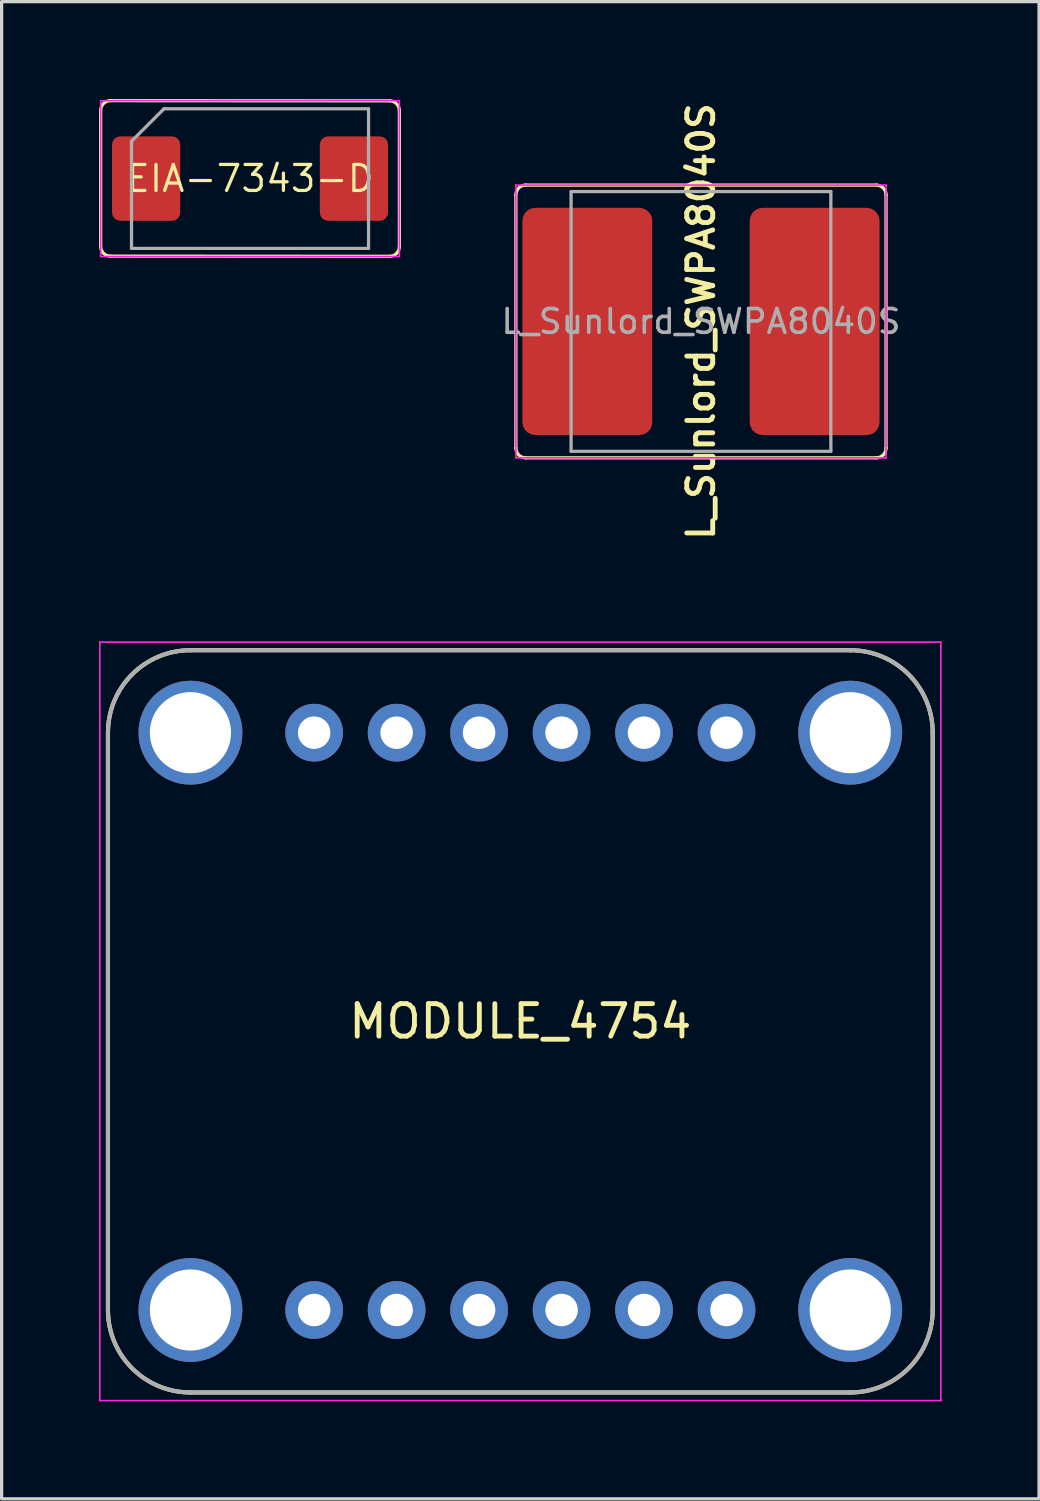
<source format=kicad_pcb>
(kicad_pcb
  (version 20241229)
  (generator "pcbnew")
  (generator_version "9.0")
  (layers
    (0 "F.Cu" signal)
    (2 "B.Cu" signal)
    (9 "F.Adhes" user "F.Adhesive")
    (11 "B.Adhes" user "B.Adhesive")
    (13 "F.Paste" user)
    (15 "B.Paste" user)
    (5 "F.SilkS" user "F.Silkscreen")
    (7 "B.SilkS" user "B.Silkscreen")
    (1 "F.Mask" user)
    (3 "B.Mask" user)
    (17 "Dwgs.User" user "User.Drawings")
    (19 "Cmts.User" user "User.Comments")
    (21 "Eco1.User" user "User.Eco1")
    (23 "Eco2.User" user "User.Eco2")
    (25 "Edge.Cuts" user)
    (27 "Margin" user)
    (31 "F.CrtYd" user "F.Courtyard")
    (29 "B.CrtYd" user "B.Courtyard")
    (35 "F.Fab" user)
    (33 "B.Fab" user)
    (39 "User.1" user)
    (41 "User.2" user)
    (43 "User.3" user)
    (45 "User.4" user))
  (footprint "EIA-7343-D"
    (layer "F.Cu")
    (at 4.65 2.45)
    (property "Reference" "EIA-7343-D" (at 0 0 0) (layer "F.SilkS") (effects (font (size 0.8 0.8) (thickness 0.1))))
    (attr smd)
    (fp_line (start -4.6 -2.1) (end -4.6 2.088) (stroke (width 0.1) (type default)) (layer "F.SilkS"))
    (fp_line (start -4.3 -2.4) (end 4.3 -2.394) (stroke (width 0.1) (type default)) (layer "F.SilkS"))
    (fp_line (start -4.3 2.388) (end 4.3 2.394) (stroke (width 0.1) (type default)) (layer "F.SilkS"))
    (fp_line (start 4.6 2.094) (end 4.6 -2.094) (stroke (width 0.1) (type default)) (layer "F.SilkS"))
    (fp_arc (start -4.6 -2.1) (mid -4.512132 -2.312132) (end -4.3 -2.4) (stroke (width 0.1) (type default)) (layer "F.SilkS"))
    (fp_arc (start -4.3 2.387868) (mid -4.512132 2.3) (end -4.6 2.087868) (stroke (width 0.1) (type default)) (layer "F.SilkS"))
    (fp_arc (start 4.3 -2.393934) (mid 4.512133 -2.306066) (end 4.6 -2.093934) (stroke (width 0.1) (type default)) (layer "F.SilkS"))
    (fp_arc (start 4.6 2.093934) (mid 4.512132 2.306066) (end 4.3 2.393934) (stroke (width 0.1) (type default)) (layer "F.SilkS"))
    (fp_line (start -4.6 -2.4) (end 4.6 -2.4) (stroke (width 0.05) (type solid)) (layer "F.CrtYd"))
    (fp_line (start -4.6 2.4) (end -4.6 -2.4) (stroke (width 0.05) (type solid)) (layer "F.CrtYd"))
    (fp_line (start 4.6 -2.4) (end 4.6 2.4) (stroke (width 0.05) (type solid)) (layer "F.CrtYd"))
    (fp_line (start 4.6 2.4) (end -4.6 2.4) (stroke (width 0.05) (type solid)) (layer "F.CrtYd"))
    (fp_line (start -3.65 -1.15) (end -3.65 2.15) (stroke (width 0.1) (type solid)) (layer "F.Fab"))
    (fp_line (start -3.65 2.15) (end 3.65 2.15) (stroke (width 0.1) (type solid)) (layer "F.Fab"))
    (fp_line (start -2.65 -2.15) (end -3.65 -1.15) (stroke (width 0.1) (type solid)) (layer "F.Fab"))
    (fp_line (start 3.65 -2.15) (end -2.65 -2.15) (stroke (width 0.1) (type solid)) (layer "F.Fab"))
    (fp_line (start 3.65 2.15) (end 3.65 -2.15) (stroke (width 0.1) (type solid)) (layer "F.Fab"))
    (pad "1" smd roundrect (at -3.2 0) (size 2.1 2.6) (layers "F.Cu" "F.Mask" "F.Paste") (roundrect_rratio 0.12))
    (pad "2" smd roundrect (at 3.2 0) (size 2.1 2.6) (layers "F.Cu" "F.Mask" "F.Paste") (roundrect_rratio 0.12)))
  (footprint "MODULE_4754"
    (layer "F.Cu")
    (at 12.975 28.405)
    (property "Reference" "MODULE_4754" (at 0 0 0) (layer "F.SilkS") (effects (font (size 1 1) (thickness 0.15))))
    (attr through_hole)
    (fp_line (start -12.7 -8.89) (end -12.7 8.89) (stroke (width 0.127) (type solid)) (layer "F.SilkS"))
    (fp_line (start -10.16 11.43) (end 10.16 11.43) (stroke (width 0.127) (type solid)) (layer "F.SilkS"))
    (fp_line (start 10.16 -11.43) (end -10.16 -11.43) (stroke (width 0.127) (type solid)) (layer "F.SilkS"))
    (fp_line (start 12.7 8.89) (end 12.7 -8.89) (stroke (width 0.127) (type solid)) (layer "F.SilkS"))
    (fp_arc (start -12.7 -8.89) (mid -11.956051 -10.686051) (end -10.16 -11.43) (stroke (width 0.127) (type solid)) (layer "F.SilkS"))
    (fp_arc (start -10.16 11.43) (mid -11.956051 10.686051) (end -12.7 8.89) (stroke (width 0.127) (type solid)) (layer "F.SilkS"))
    (fp_arc (start 10.16 -11.43) (mid 11.956051 -10.686051) (end 12.7 -8.89) (stroke (width 0.127) (type solid)) (layer "F.SilkS"))
    (fp_arc (start 12.7 8.89) (mid 11.956051 10.686051) (end 10.16 11.43) (stroke (width 0.127) (type solid)) (layer "F.SilkS"))
    (fp_line (start -12.95 -11.68) (end -12.95 11.68) (stroke (width 0.05) (type solid)) (layer "F.CrtYd"))
    (fp_line (start -12.95 11.68) (end 12.95 11.68) (stroke (width 0.05) (type solid)) (layer "F.CrtYd"))
    (fp_line (start 12.95 -11.68) (end -12.95 -11.68) (stroke (width 0.05) (type solid)) (layer "F.CrtYd"))
    (fp_line (start 12.95 11.68) (end 12.95 -11.68) (stroke (width 0.05) (type solid)) (layer "F.CrtYd"))
    (fp_line (start -12.7 -8.89) (end -12.7 8.89) (stroke (width 0.127) (type solid)) (layer "F.Fab"))
    (fp_line (start -10.16 11.43) (end 10.16 11.43) (stroke (width 0.127) (type solid)) (layer "F.Fab"))
    (fp_line (start 10.16 -11.43) (end -10.16 -11.43) (stroke (width 0.127) (type solid)) (layer "F.Fab"))
    (fp_line (start 12.7 8.89) (end 12.7 -8.89) (stroke (width 0.127) (type solid)) (layer "F.Fab"))
    (fp_arc (start -12.7 -8.89) (mid -11.956051 -10.686051) (end -10.16 -11.43) (stroke (width 0.127) (type solid)) (layer "F.Fab"))
    (fp_arc (start -10.16 11.43) (mid -11.956051 10.686051) (end -12.7 8.89) (stroke (width 0.127) (type solid)) (layer "F.Fab"))
    (fp_arc (start 10.16 -11.43) (mid 11.956051 -10.686051) (end 12.7 -8.89) (stroke (width 0.127) (type solid)) (layer "F.Fab"))
    (fp_arc (start 12.7 8.89) (mid 11.956051 10.686051) (end 10.16 11.43) (stroke (width 0.127) (type solid)) (layer "F.Fab"))
    (pad "JP1_1" thru_hole circle (at -6.35 8.89) (size 1.778 1.778) (drill 1) (layers "*.Cu" "*.Mask"))
    (pad "JP1_2" thru_hole circle (at -3.81 8.89) (size 1.778 1.778) (drill 1) (layers "*.Cu" "*.Mask"))
    (pad "JP1_3" thru_hole circle (at -1.27 8.89) (size 1.778 1.778) (drill 1) (layers "*.Cu" "*.Mask"))
    (pad "JP1_4" thru_hole circle (at 1.27 8.89) (size 1.778 1.778) (drill 1) (layers "*.Cu" "*.Mask"))
    (pad "JP1_5" thru_hole circle (at 3.81 8.89) (size 1.778 1.778) (drill 1) (layers "*.Cu" "*.Mask"))
    (pad "JP1_6" thru_hole circle (at 6.35 8.89) (size 1.778 1.778) (drill 1) (layers "*.Cu" "*.Mask"))
    (pad "JP2_1" thru_hole circle (at -6.35 -8.89) (size 1.778 1.778) (drill 1) (layers "*.Cu" "*.Mask"))
    (pad "JP2_2" thru_hole circle (at -3.81 -8.89) (size 1.778 1.778) (drill 1) (layers "*.Cu" "*.Mask"))
    (pad "JP2_3" thru_hole circle (at -1.27 -8.89) (size 1.778 1.778) (drill 1) (layers "*.Cu" "*.Mask"))
    (pad "JP2_4" thru_hole circle (at 1.27 -8.89) (size 1.778 1.778) (drill 1) (layers "*.Cu" "*.Mask"))
    (pad "JP2_5" thru_hole circle (at 3.81 -8.89) (size 1.778 1.778) (drill 1) (layers "*.Cu" "*.Mask"))
    (pad "JP2_6" thru_hole circle (at 6.35 -8.89) (size 1.778 1.778) (drill 1) (layers "*.Cu" "*.Mask"))
    (pad "P1" thru_hole circle (at -10.16 -8.89) (size 3.2 3.2) (drill 2.5) (layers "*.Cu" "*.Mask"))
    (pad "P2" thru_hole circle (at 10.16 -8.89) (size 3.2 3.2) (drill 2.5) (layers "*.Cu" "*.Mask"))
    (pad "P3" thru_hole circle (at -10.16 8.89) (size 3.2 3.2) (drill 2.5) (layers "*.Cu" "*.Mask"))
    (pad "P4" thru_hole circle (at 10.16 8.89) (size 3.2 3.2) (drill 2.5) (layers "*.Cu" "*.Mask")))
  (footprint "L_Sunlord_SWPA8040S"
    (layer "F.Cu")
    (at 18.538 6.85)
    (property "Reference" "L_Sunlord_SWPA8040S" (at 0 0 90) (layer "F.SilkS") (effects (font (size 0.8 0.8) (thickness 0.15))))
    (attr smd)
    (fp_line (start -5.7 3.9) (end -5.7 -3.9) (stroke (width 0.1) (type default)) (layer "F.SilkS"))
    (fp_line (start -5.4 -4.2) (end 5.4 -4.2) (stroke (width 0.1) (type default)) (layer "F.SilkS"))
    (fp_line (start 5.4 4.2) (end -5.4 4.2) (stroke (width 0.1) (type default)) (layer "F.SilkS"))
    (fp_line (start 5.7 -3.9) (end 5.7 3.9) (stroke (width 0.1) (type default)) (layer "F.SilkS"))
    (fp_arc (start -5.7 -3.9) (mid -5.612132 -4.112132) (end -5.4 -4.2) (stroke (width 0.1) (type default)) (layer "F.SilkS"))
    (fp_arc (start -5.4 4.2) (mid -5.612132 4.112132) (end -5.7 3.9) (stroke (width 0.1) (type default)) (layer "F.SilkS"))
    (fp_arc (start 5.4 -4.2) (mid 5.612132 -4.112132) (end 5.7 -3.9) (stroke (width 0.1) (type default)) (layer "F.SilkS"))
    (fp_arc (start 5.7 3.9) (mid 5.612132 4.112132) (end 5.4 4.2) (stroke (width 0.1) (type default)) (layer "F.SilkS"))
    (fp_line (start -5.7 -4.2) (end -5.7 4.2) (stroke (width 0.05) (type solid)) (layer "F.CrtYd"))
    (fp_line (start -5.7 4.2) (end 5.7 4.2) (stroke (width 0.05) (type solid)) (layer "F.CrtYd"))
    (fp_line (start 5.7 -4.2) (end -5.7 -4.2) (stroke (width 0.05) (type solid)) (layer "F.CrtYd"))
    (fp_line (start 5.7 4.2) (end 5.7 -4.2) (stroke (width 0.05) (type solid)) (layer "F.CrtYd"))
    (fp_line (start -4 -4) (end -4 4) (stroke (width 0.1) (type solid)) (layer "F.Fab"))
    (fp_line (start -4 4) (end 4 4) (stroke (width 0.1) (type solid)) (layer "F.Fab"))
    (fp_line (start 4 -4) (end -4 -4) (stroke (width 0.1) (type solid)) (layer "F.Fab"))
    (fp_line (start 4 4) (end 4 -4) (stroke (width 0.1) (type solid)) (layer "F.Fab"))
    (fp_text user "${REFERENCE}" (at 0 0 0) (layer "F.Fab") (effects (font (size 0.733 0.733) (thickness 0.11))))
    (pad "1" smd roundrect (at -3.5 0) (size 4 7) (layers "F.Cu" "F.Mask" "F.Paste") (roundrect_rratio 0.1))
    (pad "2" smd roundrect (at 3.5 0) (size 4 7) (layers "F.Cu" "F.Mask" "F.Paste") (roundrect_rratio 0.1)))
  (gr_rect
    (start -3 -3)
    (end 28.95 43.11)
    (stroke (width 0.1) (type default))
    (fill no)
    (layer "Edge.Cuts")))
</source>
